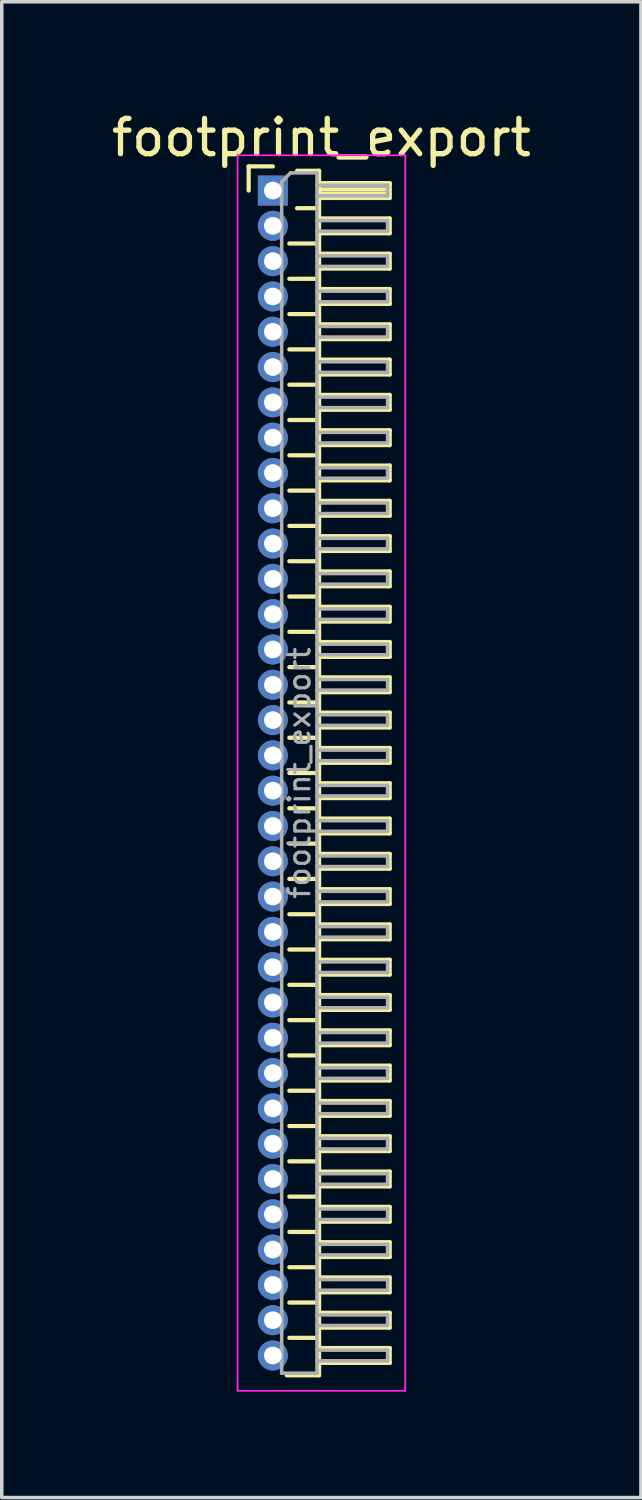
<source format=kicad_pcb>
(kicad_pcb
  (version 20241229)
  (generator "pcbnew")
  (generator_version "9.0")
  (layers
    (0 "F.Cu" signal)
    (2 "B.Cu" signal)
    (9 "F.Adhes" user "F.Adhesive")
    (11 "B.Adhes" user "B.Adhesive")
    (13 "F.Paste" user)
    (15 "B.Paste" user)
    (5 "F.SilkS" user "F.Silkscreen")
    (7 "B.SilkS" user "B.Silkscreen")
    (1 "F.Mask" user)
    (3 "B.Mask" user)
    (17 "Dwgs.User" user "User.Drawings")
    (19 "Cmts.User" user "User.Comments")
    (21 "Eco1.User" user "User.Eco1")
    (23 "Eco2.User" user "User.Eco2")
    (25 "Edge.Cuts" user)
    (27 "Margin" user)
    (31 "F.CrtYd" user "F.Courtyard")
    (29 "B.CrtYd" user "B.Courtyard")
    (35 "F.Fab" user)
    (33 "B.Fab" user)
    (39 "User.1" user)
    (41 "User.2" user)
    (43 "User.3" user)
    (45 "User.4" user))
  (footprint "footprint_export"
    (layer "F.Cu")
    (at 4.679 2.348)
    (property "Reference" "footprint_export" (at 1.375 -1.5 0) (layer "F.SilkS") (effects (font (size 1 1) (thickness 0.15))))
    (attr through_hole)
    (fp_line (start -0.685 -0.685) (end 0 -0.685) (stroke (width 0.12) (type solid)) (layer "F.SilkS"))
    (fp_line (start -0.685 0) (end -0.685 -0.685) (stroke (width 0.12) (type solid)) (layer "F.SilkS"))
    (fp_line (start 0.468 1.5) (end 1.31 1.5) (stroke (width 0.12) (type solid)) (layer "F.SilkS"))
    (fp_line (start 0.468 2.5) (end 1.31 2.5) (stroke (width 0.12) (type solid)) (layer "F.SilkS"))
    (fp_line (start 0.468 3.5) (end 1.31 3.5) (stroke (width 0.12) (type solid)) (layer "F.SilkS"))
    (fp_line (start 0.468 4.5) (end 1.31 4.5) (stroke (width 0.12) (type solid)) (layer "F.SilkS"))
    (fp_line (start 0.468 5.5) (end 1.31 5.5) (stroke (width 0.12) (type solid)) (layer "F.SilkS"))
    (fp_line (start 0.468 6.5) (end 1.31 6.5) (stroke (width 0.12) (type solid)) (layer "F.SilkS"))
    (fp_line (start 0.468 7.5) (end 1.31 7.5) (stroke (width 0.12) (type solid)) (layer "F.SilkS"))
    (fp_line (start 0.468 8.5) (end 1.31 8.5) (stroke (width 0.12) (type solid)) (layer "F.SilkS"))
    (fp_line (start 0.468 9.5) (end 1.31 9.5) (stroke (width 0.12) (type solid)) (layer "F.SilkS"))
    (fp_line (start 0.468 10.5) (end 1.31 10.5) (stroke (width 0.12) (type solid)) (layer "F.SilkS"))
    (fp_line (start 0.468 11.5) (end 1.31 11.5) (stroke (width 0.12) (type solid)) (layer "F.SilkS"))
    (fp_line (start 0.468 12.5) (end 1.31 12.5) (stroke (width 0.12) (type solid)) (layer "F.SilkS"))
    (fp_line (start 0.468 13.5) (end 1.31 13.5) (stroke (width 0.12) (type solid)) (layer "F.SilkS"))
    (fp_line (start 0.468 14.5) (end 1.31 14.5) (stroke (width 0.12) (type solid)) (layer "F.SilkS"))
    (fp_line (start 0.468 15.5) (end 1.31 15.5) (stroke (width 0.12) (type solid)) (layer "F.SilkS"))
    (fp_line (start 0.468 16.5) (end 1.31 16.5) (stroke (width 0.12) (type solid)) (layer "F.SilkS"))
    (fp_line (start 0.468 17.5) (end 1.31 17.5) (stroke (width 0.12) (type solid)) (layer "F.SilkS"))
    (fp_line (start 0.468 18.5) (end 1.31 18.5) (stroke (width 0.12) (type solid)) (layer "F.SilkS"))
    (fp_line (start 0.468 19.5) (end 1.31 19.5) (stroke (width 0.12) (type solid)) (layer "F.SilkS"))
    (fp_line (start 0.468 20.5) (end 1.31 20.5) (stroke (width 0.12) (type solid)) (layer "F.SilkS"))
    (fp_line (start 0.468 21.5) (end 1.31 21.5) (stroke (width 0.12) (type solid)) (layer "F.SilkS"))
    (fp_line (start 0.468 22.5) (end 1.31 22.5) (stroke (width 0.12) (type solid)) (layer "F.SilkS"))
    (fp_line (start 0.468 23.5) (end 1.31 23.5) (stroke (width 0.12) (type solid)) (layer "F.SilkS"))
    (fp_line (start 0.468 24.5) (end 1.31 24.5) (stroke (width 0.12) (type solid)) (layer "F.SilkS"))
    (fp_line (start 0.468 25.5) (end 1.31 25.5) (stroke (width 0.12) (type solid)) (layer "F.SilkS"))
    (fp_line (start 0.468 26.5) (end 1.31 26.5) (stroke (width 0.12) (type solid)) (layer "F.SilkS"))
    (fp_line (start 0.468 27.5) (end 1.31 27.5) (stroke (width 0.12) (type solid)) (layer "F.SilkS"))
    (fp_line (start 0.468 28.5) (end 1.31 28.5) (stroke (width 0.12) (type solid)) (layer "F.SilkS"))
    (fp_line (start 0.468 29.5) (end 1.31 29.5) (stroke (width 0.12) (type solid)) (layer "F.SilkS"))
    (fp_line (start 0.468 30.5) (end 1.31 30.5) (stroke (width 0.12) (type solid)) (layer "F.SilkS"))
    (fp_line (start 0.468 31.5) (end 1.31 31.5) (stroke (width 0.12) (type solid)) (layer "F.SilkS"))
    (fp_line (start 0.468 32.5) (end 1.31 32.5) (stroke (width 0.12) (type solid)) (layer "F.SilkS"))
    (fp_line (start 0.685 -0.56) (end 1.31 -0.56) (stroke (width 0.12) (type solid)) (layer "F.SilkS"))
    (fp_line (start 0.685 0.5) (end 1.31 0.5) (stroke (width 0.12) (type solid)) (layer "F.SilkS"))
    (fp_line (start 1.31 -0.56) (end 1.31 33.56) (stroke (width 0.12) (type solid)) (layer "F.SilkS"))
    (fp_line (start 1.31 -0.21) (end 3.31 -0.21) (stroke (width 0.12) (type solid)) (layer "F.SilkS"))
    (fp_line (start 1.31 -0.15) (end 3.31 -0.15) (stroke (width 0.12) (type solid)) (layer "F.SilkS"))
    (fp_line (start 1.31 -0.03) (end 3.31 -0.03) (stroke (width 0.12) (type solid)) (layer "F.SilkS"))
    (fp_line (start 1.31 0.09) (end 3.31 0.09) (stroke (width 0.12) (type solid)) (layer "F.SilkS"))
    (fp_line (start 1.31 0.79) (end 3.31 0.79) (stroke (width 0.12) (type solid)) (layer "F.SilkS"))
    (fp_line (start 1.31 1.79) (end 3.31 1.79) (stroke (width 0.12) (type solid)) (layer "F.SilkS"))
    (fp_line (start 1.31 2.79) (end 3.31 2.79) (stroke (width 0.12) (type solid)) (layer "F.SilkS"))
    (fp_line (start 1.31 3.79) (end 3.31 3.79) (stroke (width 0.12) (type solid)) (layer "F.SilkS"))
    (fp_line (start 1.31 4.79) (end 3.31 4.79) (stroke (width 0.12) (type solid)) (layer "F.SilkS"))
    (fp_line (start 1.31 5.79) (end 3.31 5.79) (stroke (width 0.12) (type solid)) (layer "F.SilkS"))
    (fp_line (start 1.31 6.79) (end 3.31 6.79) (stroke (width 0.12) (type solid)) (layer "F.SilkS"))
    (fp_line (start 1.31 7.79) (end 3.31 7.79) (stroke (width 0.12) (type solid)) (layer "F.SilkS"))
    (fp_line (start 1.31 8.79) (end 3.31 8.79) (stroke (width 0.12) (type solid)) (layer "F.SilkS"))
    (fp_line (start 1.31 9.79) (end 3.31 9.79) (stroke (width 0.12) (type solid)) (layer "F.SilkS"))
    (fp_line (start 1.31 10.79) (end 3.31 10.79) (stroke (width 0.12) (type solid)) (layer "F.SilkS"))
    (fp_line (start 1.31 11.79) (end 3.31 11.79) (stroke (width 0.12) (type solid)) (layer "F.SilkS"))
    (fp_line (start 1.31 12.79) (end 3.31 12.79) (stroke (width 0.12) (type solid)) (layer "F.SilkS"))
    (fp_line (start 1.31 13.79) (end 3.31 13.79) (stroke (width 0.12) (type solid)) (layer "F.SilkS"))
    (fp_line (start 1.31 14.79) (end 3.31 14.79) (stroke (width 0.12) (type solid)) (layer "F.SilkS"))
    (fp_line (start 1.31 15.79) (end 3.31 15.79) (stroke (width 0.12) (type solid)) (layer "F.SilkS"))
    (fp_line (start 1.31 16.79) (end 3.31 16.79) (stroke (width 0.12) (type solid)) (layer "F.SilkS"))
    (fp_line (start 1.31 17.79) (end 3.31 17.79) (stroke (width 0.12) (type solid)) (layer "F.SilkS"))
    (fp_line (start 1.31 18.79) (end 3.31 18.79) (stroke (width 0.12) (type solid)) (layer "F.SilkS"))
    (fp_line (start 1.31 19.79) (end 3.31 19.79) (stroke (width 0.12) (type solid)) (layer "F.SilkS"))
    (fp_line (start 1.31 20.79) (end 3.31 20.79) (stroke (width 0.12) (type solid)) (layer "F.SilkS"))
    (fp_line (start 1.31 21.79) (end 3.31 21.79) (stroke (width 0.12) (type solid)) (layer "F.SilkS"))
    (fp_line (start 1.31 22.79) (end 3.31 22.79) (stroke (width 0.12) (type solid)) (layer "F.SilkS"))
    (fp_line (start 1.31 23.79) (end 3.31 23.79) (stroke (width 0.12) (type solid)) (layer "F.SilkS"))
    (fp_line (start 1.31 24.79) (end 3.31 24.79) (stroke (width 0.12) (type solid)) (layer "F.SilkS"))
    (fp_line (start 1.31 25.79) (end 3.31 25.79) (stroke (width 0.12) (type solid)) (layer "F.SilkS"))
    (fp_line (start 1.31 26.79) (end 3.31 26.79) (stroke (width 0.12) (type solid)) (layer "F.SilkS"))
    (fp_line (start 1.31 27.79) (end 3.31 27.79) (stroke (width 0.12) (type solid)) (layer "F.SilkS"))
    (fp_line (start 1.31 28.79) (end 3.31 28.79) (stroke (width 0.12) (type solid)) (layer "F.SilkS"))
    (fp_line (start 1.31 29.79) (end 3.31 29.79) (stroke (width 0.12) (type solid)) (layer "F.SilkS"))
    (fp_line (start 1.31 30.79) (end 3.31 30.79) (stroke (width 0.12) (type solid)) (layer "F.SilkS"))
    (fp_line (start 1.31 31.79) (end 3.31 31.79) (stroke (width 0.12) (type solid)) (layer "F.SilkS"))
    (fp_line (start 1.31 32.79) (end 3.31 32.79) (stroke (width 0.12) (type solid)) (layer "F.SilkS"))
    (fp_line (start 1.31 33.56) (end 0.394 33.56) (stroke (width 0.12) (type solid)) (layer "F.SilkS"))
    (fp_line (start 3.31 -0.21) (end 3.31 0.21) (stroke (width 0.12) (type solid)) (layer "F.SilkS"))
    (fp_line (start 3.31 0.21) (end 1.31 0.21) (stroke (width 0.12) (type solid)) (layer "F.SilkS"))
    (fp_line (start 3.31 0.79) (end 3.31 1.21) (stroke (width 0.12) (type solid)) (layer "F.SilkS"))
    (fp_line (start 3.31 1.21) (end 1.31 1.21) (stroke (width 0.12) (type solid)) (layer "F.SilkS"))
    (fp_line (start 3.31 1.79) (end 3.31 2.21) (stroke (width 0.12) (type solid)) (layer "F.SilkS"))
    (fp_line (start 3.31 2.21) (end 1.31 2.21) (stroke (width 0.12) (type solid)) (layer "F.SilkS"))
    (fp_line (start 3.31 2.79) (end 3.31 3.21) (stroke (width 0.12) (type solid)) (layer "F.SilkS"))
    (fp_line (start 3.31 3.21) (end 1.31 3.21) (stroke (width 0.12) (type solid)) (layer "F.SilkS"))
    (fp_line (start 3.31 3.79) (end 3.31 4.21) (stroke (width 0.12) (type solid)) (layer "F.SilkS"))
    (fp_line (start 3.31 4.21) (end 1.31 4.21) (stroke (width 0.12) (type solid)) (layer "F.SilkS"))
    (fp_line (start 3.31 4.79) (end 3.31 5.21) (stroke (width 0.12) (type solid)) (layer "F.SilkS"))
    (fp_line (start 3.31 5.21) (end 1.31 5.21) (stroke (width 0.12) (type solid)) (layer "F.SilkS"))
    (fp_line (start 3.31 5.79) (end 3.31 6.21) (stroke (width 0.12) (type solid)) (layer "F.SilkS"))
    (fp_line (start 3.31 6.21) (end 1.31 6.21) (stroke (width 0.12) (type solid)) (layer "F.SilkS"))
    (fp_line (start 3.31 6.79) (end 3.31 7.21) (stroke (width 0.12) (type solid)) (layer "F.SilkS"))
    (fp_line (start 3.31 7.21) (end 1.31 7.21) (stroke (width 0.12) (type solid)) (layer "F.SilkS"))
    (fp_line (start 3.31 7.79) (end 3.31 8.21) (stroke (width 0.12) (type solid)) (layer "F.SilkS"))
    (fp_line (start 3.31 8.21) (end 1.31 8.21) (stroke (width 0.12) (type solid)) (layer "F.SilkS"))
    (fp_line (start 3.31 8.79) (end 3.31 9.21) (stroke (width 0.12) (type solid)) (layer "F.SilkS"))
    (fp_line (start 3.31 9.21) (end 1.31 9.21) (stroke (width 0.12) (type solid)) (layer "F.SilkS"))
    (fp_line (start 3.31 9.79) (end 3.31 10.21) (stroke (width 0.12) (type solid)) (layer "F.SilkS"))
    (fp_line (start 3.31 10.21) (end 1.31 10.21) (stroke (width 0.12) (type solid)) (layer "F.SilkS"))
    (fp_line (start 3.31 10.79) (end 3.31 11.21) (stroke (width 0.12) (type solid)) (layer "F.SilkS"))
    (fp_line (start 3.31 11.21) (end 1.31 11.21) (stroke (width 0.12) (type solid)) (layer "F.SilkS"))
    (fp_line (start 3.31 11.79) (end 3.31 12.21) (stroke (width 0.12) (type solid)) (layer "F.SilkS"))
    (fp_line (start 3.31 12.21) (end 1.31 12.21) (stroke (width 0.12) (type solid)) (layer "F.SilkS"))
    (fp_line (start 3.31 12.79) (end 3.31 13.21) (stroke (width 0.12) (type solid)) (layer "F.SilkS"))
    (fp_line (start 3.31 13.21) (end 1.31 13.21) (stroke (width 0.12) (type solid)) (layer "F.SilkS"))
    (fp_line (start 3.31 13.79) (end 3.31 14.21) (stroke (width 0.12) (type solid)) (layer "F.SilkS"))
    (fp_line (start 3.31 14.21) (end 1.31 14.21) (stroke (width 0.12) (type solid)) (layer "F.SilkS"))
    (fp_line (start 3.31 14.79) (end 3.31 15.21) (stroke (width 0.12) (type solid)) (layer "F.SilkS"))
    (fp_line (start 3.31 15.21) (end 1.31 15.21) (stroke (width 0.12) (type solid)) (layer "F.SilkS"))
    (fp_line (start 3.31 15.79) (end 3.31 16.21) (stroke (width 0.12) (type solid)) (layer "F.SilkS"))
    (fp_line (start 3.31 16.21) (end 1.31 16.21) (stroke (width 0.12) (type solid)) (layer "F.SilkS"))
    (fp_line (start 3.31 16.79) (end 3.31 17.21) (stroke (width 0.12) (type solid)) (layer "F.SilkS"))
    (fp_line (start 3.31 17.21) (end 1.31 17.21) (stroke (width 0.12) (type solid)) (layer "F.SilkS"))
    (fp_line (start 3.31 17.79) (end 3.31 18.21) (stroke (width 0.12) (type solid)) (layer "F.SilkS"))
    (fp_line (start 3.31 18.21) (end 1.31 18.21) (stroke (width 0.12) (type solid)) (layer "F.SilkS"))
    (fp_line (start 3.31 18.79) (end 3.31 19.21) (stroke (width 0.12) (type solid)) (layer "F.SilkS"))
    (fp_line (start 3.31 19.21) (end 1.31 19.21) (stroke (width 0.12) (type solid)) (layer "F.SilkS"))
    (fp_line (start 3.31 19.79) (end 3.31 20.21) (stroke (width 0.12) (type solid)) (layer "F.SilkS"))
    (fp_line (start 3.31 20.21) (end 1.31 20.21) (stroke (width 0.12) (type solid)) (layer "F.SilkS"))
    (fp_line (start 3.31 20.79) (end 3.31 21.21) (stroke (width 0.12) (type solid)) (layer "F.SilkS"))
    (fp_line (start 3.31 21.21) (end 1.31 21.21) (stroke (width 0.12) (type solid)) (layer "F.SilkS"))
    (fp_line (start 3.31 21.79) (end 3.31 22.21) (stroke (width 0.12) (type solid)) (layer "F.SilkS"))
    (fp_line (start 3.31 22.21) (end 1.31 22.21) (stroke (width 0.12) (type solid)) (layer "F.SilkS"))
    (fp_line (start 3.31 22.79) (end 3.31 23.21) (stroke (width 0.12) (type solid)) (layer "F.SilkS"))
    (fp_line (start 3.31 23.21) (end 1.31 23.21) (stroke (width 0.12) (type solid)) (layer "F.SilkS"))
    (fp_line (start 3.31 23.79) (end 3.31 24.21) (stroke (width 0.12) (type solid)) (layer "F.SilkS"))
    (fp_line (start 3.31 24.21) (end 1.31 24.21) (stroke (width 0.12) (type solid)) (layer "F.SilkS"))
    (fp_line (start 3.31 24.79) (end 3.31 25.21) (stroke (width 0.12) (type solid)) (layer "F.SilkS"))
    (fp_line (start 3.31 25.21) (end 1.31 25.21) (stroke (width 0.12) (type solid)) (layer "F.SilkS"))
    (fp_line (start 3.31 25.79) (end 3.31 26.21) (stroke (width 0.12) (type solid)) (layer "F.SilkS"))
    (fp_line (start 3.31 26.21) (end 1.31 26.21) (stroke (width 0.12) (type solid)) (layer "F.SilkS"))
    (fp_line (start 3.31 26.79) (end 3.31 27.21) (stroke (width 0.12) (type solid)) (layer "F.SilkS"))
    (fp_line (start 3.31 27.21) (end 1.31 27.21) (stroke (width 0.12) (type solid)) (layer "F.SilkS"))
    (fp_line (start 3.31 27.79) (end 3.31 28.21) (stroke (width 0.12) (type solid)) (layer "F.SilkS"))
    (fp_line (start 3.31 28.21) (end 1.31 28.21) (stroke (width 0.12) (type solid)) (layer "F.SilkS"))
    (fp_line (start 3.31 28.79) (end 3.31 29.21) (stroke (width 0.12) (type solid)) (layer "F.SilkS"))
    (fp_line (start 3.31 29.21) (end 1.31 29.21) (stroke (width 0.12) (type solid)) (layer "F.SilkS"))
    (fp_line (start 3.31 29.79) (end 3.31 30.21) (stroke (width 0.12) (type solid)) (layer "F.SilkS"))
    (fp_line (start 3.31 30.21) (end 1.31 30.21) (stroke (width 0.12) (type solid)) (layer "F.SilkS"))
    (fp_line (start 3.31 30.79) (end 3.31 31.21) (stroke (width 0.12) (type solid)) (layer "F.SilkS"))
    (fp_line (start 3.31 31.21) (end 1.31 31.21) (stroke (width 0.12) (type solid)) (layer "F.SilkS"))
    (fp_line (start 3.31 31.79) (end 3.31 32.21) (stroke (width 0.12) (type solid)) (layer "F.SilkS"))
    (fp_line (start 3.31 32.21) (end 1.31 32.21) (stroke (width 0.12) (type solid)) (layer "F.SilkS"))
    (fp_line (start 3.31 32.79) (end 3.31 33.21) (stroke (width 0.12) (type solid)) (layer "F.SilkS"))
    (fp_line (start 3.31 33.21) (end 1.31 33.21) (stroke (width 0.12) (type solid)) (layer "F.SilkS"))
    (fp_line (start -1 -1) (end -1 34) (stroke (width 0.05) (type solid)) (layer "F.CrtYd"))
    (fp_line (start -1 34) (end 3.75 34) (stroke (width 0.05) (type solid)) (layer "F.CrtYd"))
    (fp_line (start 3.75 -1) (end -1 -1) (stroke (width 0.05) (type solid)) (layer "F.CrtYd"))
    (fp_line (start 3.75 34) (end 3.75 -1) (stroke (width 0.05) (type solid)) (layer "F.CrtYd"))
    (fp_line (start -0.15 -0.15) (end -0.15 0.15) (stroke (width 0.1) (type solid)) (layer "F.Fab"))
    (fp_line (start -0.15 -0.15) (end 0.25 -0.15) (stroke (width 0.1) (type solid)) (layer "F.Fab"))
    (fp_line (start -0.15 0.15) (end 0.25 0.15) (stroke (width 0.1) (type solid)) (layer "F.Fab"))
    (fp_line (start -0.15 0.85) (end -0.15 1.15) (stroke (width 0.1) (type solid)) (layer "F.Fab"))
    (fp_line (start -0.15 0.85) (end 0.25 0.85) (stroke (width 0.1) (type solid)) (layer "F.Fab"))
    (fp_line (start -0.15 1.15) (end 0.25 1.15) (stroke (width 0.1) (type solid)) (layer "F.Fab"))
    (fp_line (start -0.15 1.85) (end -0.15 2.15) (stroke (width 0.1) (type solid)) (layer "F.Fab"))
    (fp_line (start -0.15 1.85) (end 0.25 1.85) (stroke (width 0.1) (type solid)) (layer "F.Fab"))
    (fp_line (start -0.15 2.15) (end 0.25 2.15) (stroke (width 0.1) (type solid)) (layer "F.Fab"))
    (fp_line (start -0.15 2.85) (end -0.15 3.15) (stroke (width 0.1) (type solid)) (layer "F.Fab"))
    (fp_line (start -0.15 2.85) (end 0.25 2.85) (stroke (width 0.1) (type solid)) (layer "F.Fab"))
    (fp_line (start -0.15 3.15) (end 0.25 3.15) (stroke (width 0.1) (type solid)) (layer "F.Fab"))
    (fp_line (start -0.15 3.85) (end -0.15 4.15) (stroke (width 0.1) (type solid)) (layer "F.Fab"))
    (fp_line (start -0.15 3.85) (end 0.25 3.85) (stroke (width 0.1) (type solid)) (layer "F.Fab"))
    (fp_line (start -0.15 4.15) (end 0.25 4.15) (stroke (width 0.1) (type solid)) (layer "F.Fab"))
    (fp_line (start -0.15 4.85) (end -0.15 5.15) (stroke (width 0.1) (type solid)) (layer "F.Fab"))
    (fp_line (start -0.15 4.85) (end 0.25 4.85) (stroke (width 0.1) (type solid)) (layer "F.Fab"))
    (fp_line (start -0.15 5.15) (end 0.25 5.15) (stroke (width 0.1) (type solid)) (layer "F.Fab"))
    (fp_line (start -0.15 5.85) (end -0.15 6.15) (stroke (width 0.1) (type solid)) (layer "F.Fab"))
    (fp_line (start -0.15 5.85) (end 0.25 5.85) (stroke (width 0.1) (type solid)) (layer "F.Fab"))
    (fp_line (start -0.15 6.15) (end 0.25 6.15) (stroke (width 0.1) (type solid)) (layer "F.Fab"))
    (fp_line (start -0.15 6.85) (end -0.15 7.15) (stroke (width 0.1) (type solid)) (layer "F.Fab"))
    (fp_line (start -0.15 6.85) (end 0.25 6.85) (stroke (width 0.1) (type solid)) (layer "F.Fab"))
    (fp_line (start -0.15 7.15) (end 0.25 7.15) (stroke (width 0.1) (type solid)) (layer "F.Fab"))
    (fp_line (start -0.15 7.85) (end -0.15 8.15) (stroke (width 0.1) (type solid)) (layer "F.Fab"))
    (fp_line (start -0.15 7.85) (end 0.25 7.85) (stroke (width 0.1) (type solid)) (layer "F.Fab"))
    (fp_line (start -0.15 8.15) (end 0.25 8.15) (stroke (width 0.1) (type solid)) (layer "F.Fab"))
    (fp_line (start -0.15 8.85) (end -0.15 9.15) (stroke (width 0.1) (type solid)) (layer "F.Fab"))
    (fp_line (start -0.15 8.85) (end 0.25 8.85) (stroke (width 0.1) (type solid)) (layer "F.Fab"))
    (fp_line (start -0.15 9.15) (end 0.25 9.15) (stroke (width 0.1) (type solid)) (layer "F.Fab"))
    (fp_line (start -0.15 9.85) (end -0.15 10.15) (stroke (width 0.1) (type solid)) (layer "F.Fab"))
    (fp_line (start -0.15 9.85) (end 0.25 9.85) (stroke (width 0.1) (type solid)) (layer "F.Fab"))
    (fp_line (start -0.15 10.15) (end 0.25 10.15) (stroke (width 0.1) (type solid)) (layer "F.Fab"))
    (fp_line (start -0.15 10.85) (end -0.15 11.15) (stroke (width 0.1) (type solid)) (layer "F.Fab"))
    (fp_line (start -0.15 10.85) (end 0.25 10.85) (stroke (width 0.1) (type solid)) (layer "F.Fab"))
    (fp_line (start -0.15 11.15) (end 0.25 11.15) (stroke (width 0.1) (type solid)) (layer "F.Fab"))
    (fp_line (start -0.15 11.85) (end -0.15 12.15) (stroke (width 0.1) (type solid)) (layer "F.Fab"))
    (fp_line (start -0.15 11.85) (end 0.25 11.85) (stroke (width 0.1) (type solid)) (layer "F.Fab"))
    (fp_line (start -0.15 12.15) (end 0.25 12.15) (stroke (width 0.1) (type solid)) (layer "F.Fab"))
    (fp_line (start -0.15 12.85) (end -0.15 13.15) (stroke (width 0.1) (type solid)) (layer "F.Fab"))
    (fp_line (start -0.15 12.85) (end 0.25 12.85) (stroke (width 0.1) (type solid)) (layer "F.Fab"))
    (fp_line (start -0.15 13.15) (end 0.25 13.15) (stroke (width 0.1) (type solid)) (layer "F.Fab"))
    (fp_line (start -0.15 13.85) (end -0.15 14.15) (stroke (width 0.1) (type solid)) (layer "F.Fab"))
    (fp_line (start -0.15 13.85) (end 0.25 13.85) (stroke (width 0.1) (type solid)) (layer "F.Fab"))
    (fp_line (start -0.15 14.15) (end 0.25 14.15) (stroke (width 0.1) (type solid)) (layer "F.Fab"))
    (fp_line (start -0.15 14.85) (end -0.15 15.15) (stroke (width 0.1) (type solid)) (layer "F.Fab"))
    (fp_line (start -0.15 14.85) (end 0.25 14.85) (stroke (width 0.1) (type solid)) (layer "F.Fab"))
    (fp_line (start -0.15 15.15) (end 0.25 15.15) (stroke (width 0.1) (type solid)) (layer "F.Fab"))
    (fp_line (start -0.15 15.85) (end -0.15 16.15) (stroke (width 0.1) (type solid)) (layer "F.Fab"))
    (fp_line (start -0.15 15.85) (end 0.25 15.85) (stroke (width 0.1) (type solid)) (layer "F.Fab"))
    (fp_line (start -0.15 16.15) (end 0.25 16.15) (stroke (width 0.1) (type solid)) (layer "F.Fab"))
    (fp_line (start -0.15 16.85) (end -0.15 17.15) (stroke (width 0.1) (type solid)) (layer "F.Fab"))
    (fp_line (start -0.15 16.85) (end 0.25 16.85) (stroke (width 0.1) (type solid)) (layer "F.Fab"))
    (fp_line (start -0.15 17.15) (end 0.25 17.15) (stroke (width 0.1) (type solid)) (layer "F.Fab"))
    (fp_line (start -0.15 17.85) (end -0.15 18.15) (stroke (width 0.1) (type solid)) (layer "F.Fab"))
    (fp_line (start -0.15 17.85) (end 0.25 17.85) (stroke (width 0.1) (type solid)) (layer "F.Fab"))
    (fp_line (start -0.15 18.15) (end 0.25 18.15) (stroke (width 0.1) (type solid)) (layer "F.Fab"))
    (fp_line (start -0.15 18.85) (end -0.15 19.15) (stroke (width 0.1) (type solid)) (layer "F.Fab"))
    (fp_line (start -0.15 18.85) (end 0.25 18.85) (stroke (width 0.1) (type solid)) (layer "F.Fab"))
    (fp_line (start -0.15 19.15) (end 0.25 19.15) (stroke (width 0.1) (type solid)) (layer "F.Fab"))
    (fp_line (start -0.15 19.85) (end -0.15 20.15) (stroke (width 0.1) (type solid)) (layer "F.Fab"))
    (fp_line (start -0.15 19.85) (end 0.25 19.85) (stroke (width 0.1) (type solid)) (layer "F.Fab"))
    (fp_line (start -0.15 20.15) (end 0.25 20.15) (stroke (width 0.1) (type solid)) (layer "F.Fab"))
    (fp_line (start -0.15 20.85) (end -0.15 21.15) (stroke (width 0.1) (type solid)) (layer "F.Fab"))
    (fp_line (start -0.15 20.85) (end 0.25 20.85) (stroke (width 0.1) (type solid)) (layer "F.Fab"))
    (fp_line (start -0.15 21.15) (end 0.25 21.15) (stroke (width 0.1) (type solid)) (layer "F.Fab"))
    (fp_line (start -0.15 21.85) (end -0.15 22.15) (stroke (width 0.1) (type solid)) (layer "F.Fab"))
    (fp_line (start -0.15 21.85) (end 0.25 21.85) (stroke (width 0.1) (type solid)) (layer "F.Fab"))
    (fp_line (start -0.15 22.15) (end 0.25 22.15) (stroke (width 0.1) (type solid)) (layer "F.Fab"))
    (fp_line (start -0.15 22.85) (end -0.15 23.15) (stroke (width 0.1) (type solid)) (layer "F.Fab"))
    (fp_line (start -0.15 22.85) (end 0.25 22.85) (stroke (width 0.1) (type solid)) (layer "F.Fab"))
    (fp_line (start -0.15 23.15) (end 0.25 23.15) (stroke (width 0.1) (type solid)) (layer "F.Fab"))
    (fp_line (start -0.15 23.85) (end -0.15 24.15) (stroke (width 0.1) (type solid)) (layer "F.Fab"))
    (fp_line (start -0.15 23.85) (end 0.25 23.85) (stroke (width 0.1) (type solid)) (layer "F.Fab"))
    (fp_line (start -0.15 24.15) (end 0.25 24.15) (stroke (width 0.1) (type solid)) (layer "F.Fab"))
    (fp_line (start -0.15 24.85) (end -0.15 25.15) (stroke (width 0.1) (type solid)) (layer "F.Fab"))
    (fp_line (start -0.15 24.85) (end 0.25 24.85) (stroke (width 0.1) (type solid)) (layer "F.Fab"))
    (fp_line (start -0.15 25.15) (end 0.25 25.15) (stroke (width 0.1) (type solid)) (layer "F.Fab"))
    (fp_line (start -0.15 25.85) (end -0.15 26.15) (stroke (width 0.1) (type solid)) (layer "F.Fab"))
    (fp_line (start -0.15 25.85) (end 0.25 25.85) (stroke (width 0.1) (type solid)) (layer "F.Fab"))
    (fp_line (start -0.15 26.15) (end 0.25 26.15) (stroke (width 0.1) (type solid)) (layer "F.Fab"))
    (fp_line (start -0.15 26.85) (end -0.15 27.15) (stroke (width 0.1) (type solid)) (layer "F.Fab"))
    (fp_line (start -0.15 26.85) (end 0.25 26.85) (stroke (width 0.1) (type solid)) (layer "F.Fab"))
    (fp_line (start -0.15 27.15) (end 0.25 27.15) (stroke (width 0.1) (type solid)) (layer "F.Fab"))
    (fp_line (start -0.15 27.85) (end -0.15 28.15) (stroke (width 0.1) (type solid)) (layer "F.Fab"))
    (fp_line (start -0.15 27.85) (end 0.25 27.85) (stroke (width 0.1) (type solid)) (layer "F.Fab"))
    (fp_line (start -0.15 28.15) (end 0.25 28.15) (stroke (width 0.1) (type solid)) (layer "F.Fab"))
    (fp_line (start -0.15 28.85) (end -0.15 29.15) (stroke (width 0.1) (type solid)) (layer "F.Fab"))
    (fp_line (start -0.15 28.85) (end 0.25 28.85) (stroke (width 0.1) (type solid)) (layer "F.Fab"))
    (fp_line (start -0.15 29.15) (end 0.25 29.15) (stroke (width 0.1) (type solid)) (layer "F.Fab"))
    (fp_line (start -0.15 29.85) (end -0.15 30.15) (stroke (width 0.1) (type solid)) (layer "F.Fab"))
    (fp_line (start -0.15 29.85) (end 0.25 29.85) (stroke (width 0.1) (type solid)) (layer "F.Fab"))
    (fp_line (start -0.15 30.15) (end 0.25 30.15) (stroke (width 0.1) (type solid)) (layer "F.Fab"))
    (fp_line (start -0.15 30.85) (end -0.15 31.15) (stroke (width 0.1) (type solid)) (layer "F.Fab"))
    (fp_line (start -0.15 30.85) (end 0.25 30.85) (stroke (width 0.1) (type solid)) (layer "F.Fab"))
    (fp_line (start -0.15 31.15) (end 0.25 31.15) (stroke (width 0.1) (type solid)) (layer "F.Fab"))
    (fp_line (start -0.15 31.85) (end -0.15 32.15) (stroke (width 0.1) (type solid)) (layer "F.Fab"))
    (fp_line (start -0.15 31.85) (end 0.25 31.85) (stroke (width 0.1) (type solid)) (layer "F.Fab"))
    (fp_line (start -0.15 32.15) (end 0.25 32.15) (stroke (width 0.1) (type solid)) (layer "F.Fab"))
    (fp_line (start -0.15 32.85) (end -0.15 33.15) (stroke (width 0.1) (type solid)) (layer "F.Fab"))
    (fp_line (start -0.15 32.85) (end 0.25 32.85) (stroke (width 0.1) (type solid)) (layer "F.Fab"))
    (fp_line (start -0.15 33.15) (end 0.25 33.15) (stroke (width 0.1) (type solid)) (layer "F.Fab"))
    (fp_line (start 0.25 -0.25) (end 0.5 -0.5) (stroke (width 0.1) (type solid)) (layer "F.Fab"))
    (fp_line (start 0.25 33.5) (end 0.25 -0.25) (stroke (width 0.1) (type solid)) (layer "F.Fab"))
    (fp_line (start 0.5 -0.5) (end 1.25 -0.5) (stroke (width 0.1) (type solid)) (layer "F.Fab"))
    (fp_line (start 1.25 -0.5) (end 1.25 33.5) (stroke (width 0.1) (type solid)) (layer "F.Fab"))
    (fp_line (start 1.25 -0.15) (end 3.25 -0.15) (stroke (width 0.1) (type solid)) (layer "F.Fab"))
    (fp_line (start 1.25 0.15) (end 3.25 0.15) (stroke (width 0.1) (type solid)) (layer "F.Fab"))
    (fp_line (start 1.25 0.85) (end 3.25 0.85) (stroke (width 0.1) (type solid)) (layer "F.Fab"))
    (fp_line (start 1.25 1.15) (end 3.25 1.15) (stroke (width 0.1) (type solid)) (layer "F.Fab"))
    (fp_line (start 1.25 1.85) (end 3.25 1.85) (stroke (width 0.1) (type solid)) (layer "F.Fab"))
    (fp_line (start 1.25 2.15) (end 3.25 2.15) (stroke (width 0.1) (type solid)) (layer "F.Fab"))
    (fp_line (start 1.25 2.85) (end 3.25 2.85) (stroke (width 0.1) (type solid)) (layer "F.Fab"))
    (fp_line (start 1.25 3.15) (end 3.25 3.15) (stroke (width 0.1) (type solid)) (layer "F.Fab"))
    (fp_line (start 1.25 3.85) (end 3.25 3.85) (stroke (width 0.1) (type solid)) (layer "F.Fab"))
    (fp_line (start 1.25 4.15) (end 3.25 4.15) (stroke (width 0.1) (type solid)) (layer "F.Fab"))
    (fp_line (start 1.25 4.85) (end 3.25 4.85) (stroke (width 0.1) (type solid)) (layer "F.Fab"))
    (fp_line (start 1.25 5.15) (end 3.25 5.15) (stroke (width 0.1) (type solid)) (layer "F.Fab"))
    (fp_line (start 1.25 5.85) (end 3.25 5.85) (stroke (width 0.1) (type solid)) (layer "F.Fab"))
    (fp_line (start 1.25 6.15) (end 3.25 6.15) (stroke (width 0.1) (type solid)) (layer "F.Fab"))
    (fp_line (start 1.25 6.85) (end 3.25 6.85) (stroke (width 0.1) (type solid)) (layer "F.Fab"))
    (fp_line (start 1.25 7.15) (end 3.25 7.15) (stroke (width 0.1) (type solid)) (layer "F.Fab"))
    (fp_line (start 1.25 7.85) (end 3.25 7.85) (stroke (width 0.1) (type solid)) (layer "F.Fab"))
    (fp_line (start 1.25 8.15) (end 3.25 8.15) (stroke (width 0.1) (type solid)) (layer "F.Fab"))
    (fp_line (start 1.25 8.85) (end 3.25 8.85) (stroke (width 0.1) (type solid)) (layer "F.Fab"))
    (fp_line (start 1.25 9.15) (end 3.25 9.15) (stroke (width 0.1) (type solid)) (layer "F.Fab"))
    (fp_line (start 1.25 9.85) (end 3.25 9.85) (stroke (width 0.1) (type solid)) (layer "F.Fab"))
    (fp_line (start 1.25 10.15) (end 3.25 10.15) (stroke (width 0.1) (type solid)) (layer "F.Fab"))
    (fp_line (start 1.25 10.85) (end 3.25 10.85) (stroke (width 0.1) (type solid)) (layer "F.Fab"))
    (fp_line (start 1.25 11.15) (end 3.25 11.15) (stroke (width 0.1) (type solid)) (layer "F.Fab"))
    (fp_line (start 1.25 11.85) (end 3.25 11.85) (stroke (width 0.1) (type solid)) (layer "F.Fab"))
    (fp_line (start 1.25 12.15) (end 3.25 12.15) (stroke (width 0.1) (type solid)) (layer "F.Fab"))
    (fp_line (start 1.25 12.85) (end 3.25 12.85) (stroke (width 0.1) (type solid)) (layer "F.Fab"))
    (fp_line (start 1.25 13.15) (end 3.25 13.15) (stroke (width 0.1) (type solid)) (layer "F.Fab"))
    (fp_line (start 1.25 13.85) (end 3.25 13.85) (stroke (width 0.1) (type solid)) (layer "F.Fab"))
    (fp_line (start 1.25 14.15) (end 3.25 14.15) (stroke (width 0.1) (type solid)) (layer "F.Fab"))
    (fp_line (start 1.25 14.85) (end 3.25 14.85) (stroke (width 0.1) (type solid)) (layer "F.Fab"))
    (fp_line (start 1.25 15.15) (end 3.25 15.15) (stroke (width 0.1) (type solid)) (layer "F.Fab"))
    (fp_line (start 1.25 15.85) (end 3.25 15.85) (stroke (width 0.1) (type solid)) (layer "F.Fab"))
    (fp_line (start 1.25 16.15) (end 3.25 16.15) (stroke (width 0.1) (type solid)) (layer "F.Fab"))
    (fp_line (start 1.25 16.85) (end 3.25 16.85) (stroke (width 0.1) (type solid)) (layer "F.Fab"))
    (fp_line (start 1.25 17.15) (end 3.25 17.15) (stroke (width 0.1) (type solid)) (layer "F.Fab"))
    (fp_line (start 1.25 17.85) (end 3.25 17.85) (stroke (width 0.1) (type solid)) (layer "F.Fab"))
    (fp_line (start 1.25 18.15) (end 3.25 18.15) (stroke (width 0.1) (type solid)) (layer "F.Fab"))
    (fp_line (start 1.25 18.85) (end 3.25 18.85) (stroke (width 0.1) (type solid)) (layer "F.Fab"))
    (fp_line (start 1.25 19.15) (end 3.25 19.15) (stroke (width 0.1) (type solid)) (layer "F.Fab"))
    (fp_line (start 1.25 19.85) (end 3.25 19.85) (stroke (width 0.1) (type solid)) (layer "F.Fab"))
    (fp_line (start 1.25 20.15) (end 3.25 20.15) (stroke (width 0.1) (type solid)) (layer "F.Fab"))
    (fp_line (start 1.25 20.85) (end 3.25 20.85) (stroke (width 0.1) (type solid)) (layer "F.Fab"))
    (fp_line (start 1.25 21.15) (end 3.25 21.15) (stroke (width 0.1) (type solid)) (layer "F.Fab"))
    (fp_line (start 1.25 21.85) (end 3.25 21.85) (stroke (width 0.1) (type solid)) (layer "F.Fab"))
    (fp_line (start 1.25 22.15) (end 3.25 22.15) (stroke (width 0.1) (type solid)) (layer "F.Fab"))
    (fp_line (start 1.25 22.85) (end 3.25 22.85) (stroke (width 0.1) (type solid)) (layer "F.Fab"))
    (fp_line (start 1.25 23.15) (end 3.25 23.15) (stroke (width 0.1) (type solid)) (layer "F.Fab"))
    (fp_line (start 1.25 23.85) (end 3.25 23.85) (stroke (width 0.1) (type solid)) (layer "F.Fab"))
    (fp_line (start 1.25 24.15) (end 3.25 24.15) (stroke (width 0.1) (type solid)) (layer "F.Fab"))
    (fp_line (start 1.25 24.85) (end 3.25 24.85) (stroke (width 0.1) (type solid)) (layer "F.Fab"))
    (fp_line (start 1.25 25.15) (end 3.25 25.15) (stroke (width 0.1) (type solid)) (layer "F.Fab"))
    (fp_line (start 1.25 25.85) (end 3.25 25.85) (stroke (width 0.1) (type solid)) (layer "F.Fab"))
    (fp_line (start 1.25 26.15) (end 3.25 26.15) (stroke (width 0.1) (type solid)) (layer "F.Fab"))
    (fp_line (start 1.25 26.85) (end 3.25 26.85) (stroke (width 0.1) (type solid)) (layer "F.Fab"))
    (fp_line (start 1.25 27.15) (end 3.25 27.15) (stroke (width 0.1) (type solid)) (layer "F.Fab"))
    (fp_line (start 1.25 27.85) (end 3.25 27.85) (stroke (width 0.1) (type solid)) (layer "F.Fab"))
    (fp_line (start 1.25 28.15) (end 3.25 28.15) (stroke (width 0.1) (type solid)) (layer "F.Fab"))
    (fp_line (start 1.25 28.85) (end 3.25 28.85) (stroke (width 0.1) (type solid)) (layer "F.Fab"))
    (fp_line (start 1.25 29.15) (end 3.25 29.15) (stroke (width 0.1) (type solid)) (layer "F.Fab"))
    (fp_line (start 1.25 29.85) (end 3.25 29.85) (stroke (width 0.1) (type solid)) (layer "F.Fab"))
    (fp_line (start 1.25 30.15) (end 3.25 30.15) (stroke (width 0.1) (type solid)) (layer "F.Fab"))
    (fp_line (start 1.25 30.85) (end 3.25 30.85) (stroke (width 0.1) (type solid)) (layer "F.Fab"))
    (fp_line (start 1.25 31.15) (end 3.25 31.15) (stroke (width 0.1) (type solid)) (layer "F.Fab"))
    (fp_line (start 1.25 31.85) (end 3.25 31.85) (stroke (width 0.1) (type solid)) (layer "F.Fab"))
    (fp_line (start 1.25 32.15) (end 3.25 32.15) (stroke (width 0.1) (type solid)) (layer "F.Fab"))
    (fp_line (start 1.25 32.85) (end 3.25 32.85) (stroke (width 0.1) (type solid)) (layer "F.Fab"))
    (fp_line (start 1.25 33.15) (end 3.25 33.15) (stroke (width 0.1) (type solid)) (layer "F.Fab"))
    (fp_line (start 1.25 33.5) (end 0.25 33.5) (stroke (width 0.1) (type solid)) (layer "F.Fab"))
    (fp_line (start 3.25 -0.15) (end 3.25 0.15) (stroke (width 0.1) (type solid)) (layer "F.Fab"))
    (fp_line (start 3.25 0.85) (end 3.25 1.15) (stroke (width 0.1) (type solid)) (layer "F.Fab"))
    (fp_line (start 3.25 1.85) (end 3.25 2.15) (stroke (width 0.1) (type solid)) (layer "F.Fab"))
    (fp_line (start 3.25 2.85) (end 3.25 3.15) (stroke (width 0.1) (type solid)) (layer "F.Fab"))
    (fp_line (start 3.25 3.85) (end 3.25 4.15) (stroke (width 0.1) (type solid)) (layer "F.Fab"))
    (fp_line (start 3.25 4.85) (end 3.25 5.15) (stroke (width 0.1) (type solid)) (layer "F.Fab"))
    (fp_line (start 3.25 5.85) (end 3.25 6.15) (stroke (width 0.1) (type solid)) (layer "F.Fab"))
    (fp_line (start 3.25 6.85) (end 3.25 7.15) (stroke (width 0.1) (type solid)) (layer "F.Fab"))
    (fp_line (start 3.25 7.85) (end 3.25 8.15) (stroke (width 0.1) (type solid)) (layer "F.Fab"))
    (fp_line (start 3.25 8.85) (end 3.25 9.15) (stroke (width 0.1) (type solid)) (layer "F.Fab"))
    (fp_line (start 3.25 9.85) (end 3.25 10.15) (stroke (width 0.1) (type solid)) (layer "F.Fab"))
    (fp_line (start 3.25 10.85) (end 3.25 11.15) (stroke (width 0.1) (type solid)) (layer "F.Fab"))
    (fp_line (start 3.25 11.85) (end 3.25 12.15) (stroke (width 0.1) (type solid)) (layer "F.Fab"))
    (fp_line (start 3.25 12.85) (end 3.25 13.15) (stroke (width 0.1) (type solid)) (layer "F.Fab"))
    (fp_line (start 3.25 13.85) (end 3.25 14.15) (stroke (width 0.1) (type solid)) (layer "F.Fab"))
    (fp_line (start 3.25 14.85) (end 3.25 15.15) (stroke (width 0.1) (type solid)) (layer "F.Fab"))
    (fp_line (start 3.25 15.85) (end 3.25 16.15) (stroke (width 0.1) (type solid)) (layer "F.Fab"))
    (fp_line (start 3.25 16.85) (end 3.25 17.15) (stroke (width 0.1) (type solid)) (layer "F.Fab"))
    (fp_line (start 3.25 17.85) (end 3.25 18.15) (stroke (width 0.1) (type solid)) (layer "F.Fab"))
    (fp_line (start 3.25 18.85) (end 3.25 19.15) (stroke (width 0.1) (type solid)) (layer "F.Fab"))
    (fp_line (start 3.25 19.85) (end 3.25 20.15) (stroke (width 0.1) (type solid)) (layer "F.Fab"))
    (fp_line (start 3.25 20.85) (end 3.25 21.15) (stroke (width 0.1) (type solid)) (layer "F.Fab"))
    (fp_line (start 3.25 21.85) (end 3.25 22.15) (stroke (width 0.1) (type solid)) (layer "F.Fab"))
    (fp_line (start 3.25 22.85) (end 3.25 23.15) (stroke (width 0.1) (type solid)) (layer "F.Fab"))
    (fp_line (start 3.25 23.85) (end 3.25 24.15) (stroke (width 0.1) (type solid)) (layer "F.Fab"))
    (fp_line (start 3.25 24.85) (end 3.25 25.15) (stroke (width 0.1) (type solid)) (layer "F.Fab"))
    (fp_line (start 3.25 25.85) (end 3.25 26.15) (stroke (width 0.1) (type solid)) (layer "F.Fab"))
    (fp_line (start 3.25 26.85) (end 3.25 27.15) (stroke (width 0.1) (type solid)) (layer "F.Fab"))
    (fp_line (start 3.25 27.85) (end 3.25 28.15) (stroke (width 0.1) (type solid)) (layer "F.Fab"))
    (fp_line (start 3.25 28.85) (end 3.25 29.15) (stroke (width 0.1) (type solid)) (layer "F.Fab"))
    (fp_line (start 3.25 29.85) (end 3.25 30.15) (stroke (width 0.1) (type solid)) (layer "F.Fab"))
    (fp_line (start 3.25 30.85) (end 3.25 31.15) (stroke (width 0.1) (type solid)) (layer "F.Fab"))
    (fp_line (start 3.25 31.85) (end 3.25 32.15) (stroke (width 0.1) (type solid)) (layer "F.Fab"))
    (fp_line (start 3.25 32.85) (end 3.25 33.15) (stroke (width 0.1) (type solid)) (layer "F.Fab"))
    (fp_text user "${REFERENCE}" (at 0.75 16.5 90) (layer "F.Fab") (effects (font (size 0.6 0.6) (thickness 0.09))))
    (pad "1" thru_hole rect (at 0 0) (size 0.85 0.85) (drill 0.5) (layers "*.Cu" "*.Mask"))
    (pad "2" thru_hole oval (at 0 1) (size 0.85 0.85) (drill 0.5) (layers "*.Cu" "*.Mask"))
    (pad "3" thru_hole oval (at 0 2) (size 0.85 0.85) (drill 0.5) (layers "*.Cu" "*.Mask"))
    (pad "4" thru_hole oval (at 0 3) (size 0.85 0.85) (drill 0.5) (layers "*.Cu" "*.Mask"))
    (pad "5" thru_hole oval (at 0 4) (size 0.85 0.85) (drill 0.5) (layers "*.Cu" "*.Mask"))
    (pad "6" thru_hole oval (at 0 5) (size 0.85 0.85) (drill 0.5) (layers "*.Cu" "*.Mask"))
    (pad "7" thru_hole oval (at 0 6) (size 0.85 0.85) (drill 0.5) (layers "*.Cu" "*.Mask"))
    (pad "8" thru_hole oval (at 0 7) (size 0.85 0.85) (drill 0.5) (layers "*.Cu" "*.Mask"))
    (pad "9" thru_hole oval (at 0 8) (size 0.85 0.85) (drill 0.5) (layers "*.Cu" "*.Mask"))
    (pad "10" thru_hole oval (at 0 9) (size 0.85 0.85) (drill 0.5) (layers "*.Cu" "*.Mask"))
    (pad "11" thru_hole oval (at 0 10) (size 0.85 0.85) (drill 0.5) (layers "*.Cu" "*.Mask"))
    (pad "12" thru_hole oval (at 0 11) (size 0.85 0.85) (drill 0.5) (layers "*.Cu" "*.Mask"))
    (pad "13" thru_hole oval (at 0 12) (size 0.85 0.85) (drill 0.5) (layers "*.Cu" "*.Mask"))
    (pad "14" thru_hole oval (at 0 13) (size 0.85 0.85) (drill 0.5) (layers "*.Cu" "*.Mask"))
    (pad "15" thru_hole oval (at 0 14) (size 0.85 0.85) (drill 0.5) (layers "*.Cu" "*.Mask"))
    (pad "16" thru_hole oval (at 0 15) (size 0.85 0.85) (drill 0.5) (layers "*.Cu" "*.Mask"))
    (pad "17" thru_hole oval (at 0 16) (size 0.85 0.85) (drill 0.5) (layers "*.Cu" "*.Mask"))
    (pad "18" thru_hole oval (at 0 17) (size 0.85 0.85) (drill 0.5) (layers "*.Cu" "*.Mask"))
    (pad "19" thru_hole oval (at 0 18) (size 0.85 0.85) (drill 0.5) (layers "*.Cu" "*.Mask"))
    (pad "20" thru_hole oval (at 0 19) (size 0.85 0.85) (drill 0.5) (layers "*.Cu" "*.Mask"))
    (pad "21" thru_hole oval (at 0 20) (size 0.85 0.85) (drill 0.5) (layers "*.Cu" "*.Mask"))
    (pad "22" thru_hole oval (at 0 21) (size 0.85 0.85) (drill 0.5) (layers "*.Cu" "*.Mask"))
    (pad "23" thru_hole oval (at 0 22) (size 0.85 0.85) (drill 0.5) (layers "*.Cu" "*.Mask"))
    (pad "24" thru_hole oval (at 0 23) (size 0.85 0.85) (drill 0.5) (layers "*.Cu" "*.Mask"))
    (pad "25" thru_hole oval (at 0 24) (size 0.85 0.85) (drill 0.5) (layers "*.Cu" "*.Mask"))
    (pad "26" thru_hole oval (at 0 25) (size 0.85 0.85) (drill 0.5) (layers "*.Cu" "*.Mask"))
    (pad "27" thru_hole oval (at 0 26) (size 0.85 0.85) (drill 0.5) (layers "*.Cu" "*.Mask"))
    (pad "28" thru_hole oval (at 0 27) (size 0.85 0.85) (drill 0.5) (layers "*.Cu" "*.Mask"))
    (pad "29" thru_hole oval (at 0 28) (size 0.85 0.85) (drill 0.5) (layers "*.Cu" "*.Mask"))
    (pad "30" thru_hole oval (at 0 29) (size 0.85 0.85) (drill 0.5) (layers "*.Cu" "*.Mask"))
    (pad "31" thru_hole oval (at 0 30) (size 0.85 0.85) (drill 0.5) (layers "*.Cu" "*.Mask"))
    (pad "32" thru_hole oval (at 0 31) (size 0.85 0.85) (drill 0.5) (layers "*.Cu" "*.Mask"))
    (pad "33" thru_hole oval (at 0 32) (size 0.85 0.85) (drill 0.5) (layers "*.Cu" "*.Mask"))
    (pad "34" thru_hole oval (at 0 33) (size 0.85 0.85) (drill 0.5) (layers "*.Cu" "*.Mask")))
  (gr_rect
    (start -3 -3)
    (end 15.107 39.373)
    (stroke (width 0.1) (type default))
    (fill no)
    (layer "Edge.Cuts")))
</source>
